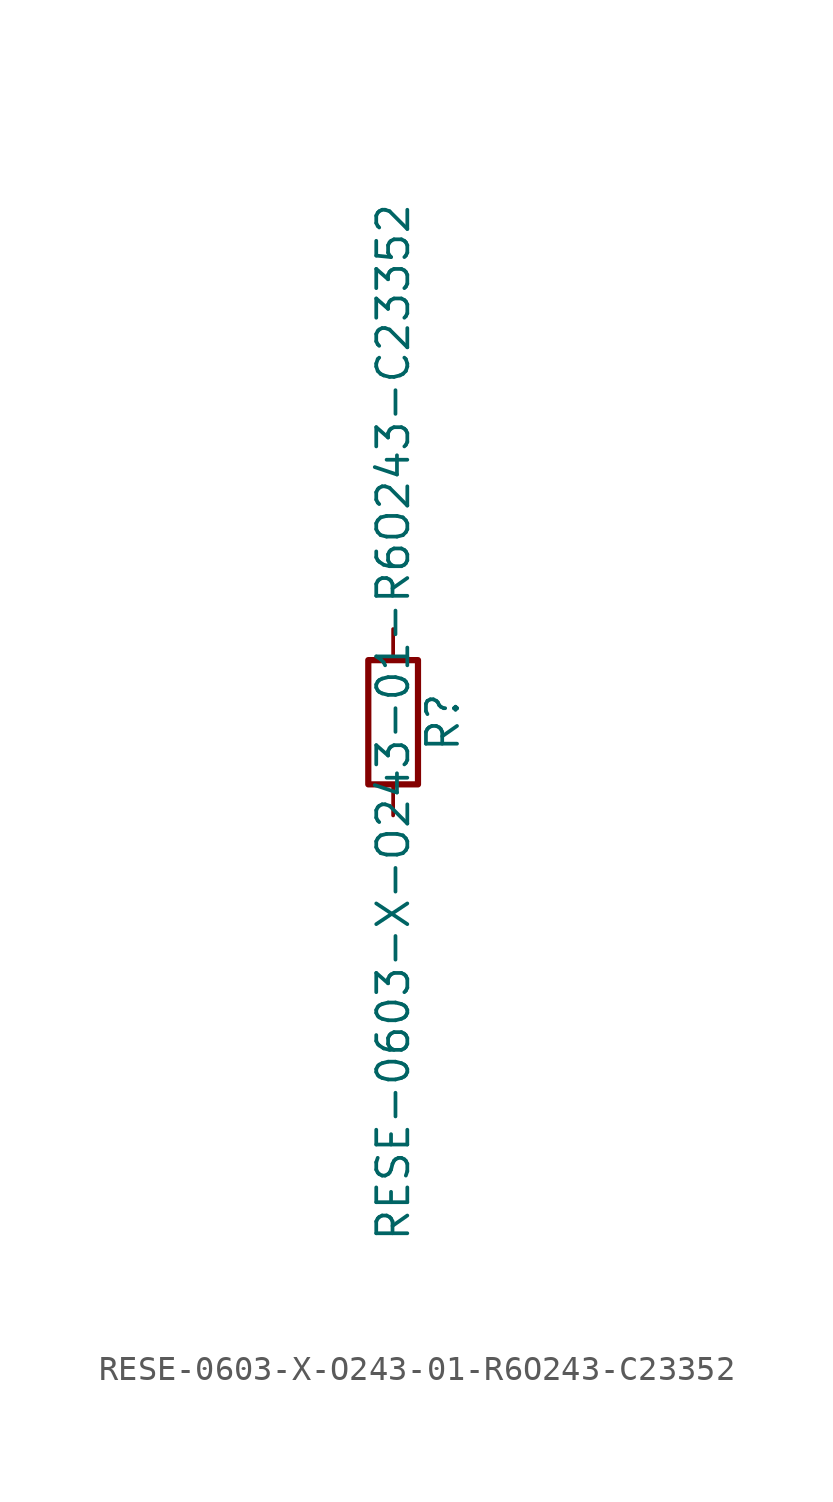
<source format=kicad_sym>
(kicad_symbol_lib
  (version 20211014)
  (generator kicad_symbol_editor)
  (symbol "RESE-0603-X-O243-01-R6O243-C23352"
    (pin_numbers hide)
    (pin_names
      (offset 0))
    (property "Reference" "R"
      (at 2.032 0 90)
      (effects (font (size 1.27 1.27))))
    (property "Value" "RESE-0603-X-O243-01-R6O243-C23352"
      (at 0 0 90)
      (effects (font (size 1.27 1.27))))
    (symbol "RESE-0603-X-O243-01-R6O243-C23352_0_1"
      (rectangle (start -1.016 -2.54) (end 1.016 2.54) (stroke (width 0.254) (type default) (color 0 0 0 0)) (fill (type none))))
    (symbol "RESE-0603-X-O243-01-R6O243-C23352_1_1"
      (pin passive line (at 0 3.81 270) (length 1.27) (name "~" (effects (font (size 1.27 1.27)))) (number "1" (effects (font (size 1.27 1.27)))))
      (pin passive line (at 0 -3.81 90) (length 1.27) (name "~" (effects (font (size 1.27 1.27)))) (number "2" (effects (font (size 1.27 1.27))))))))
</source>
